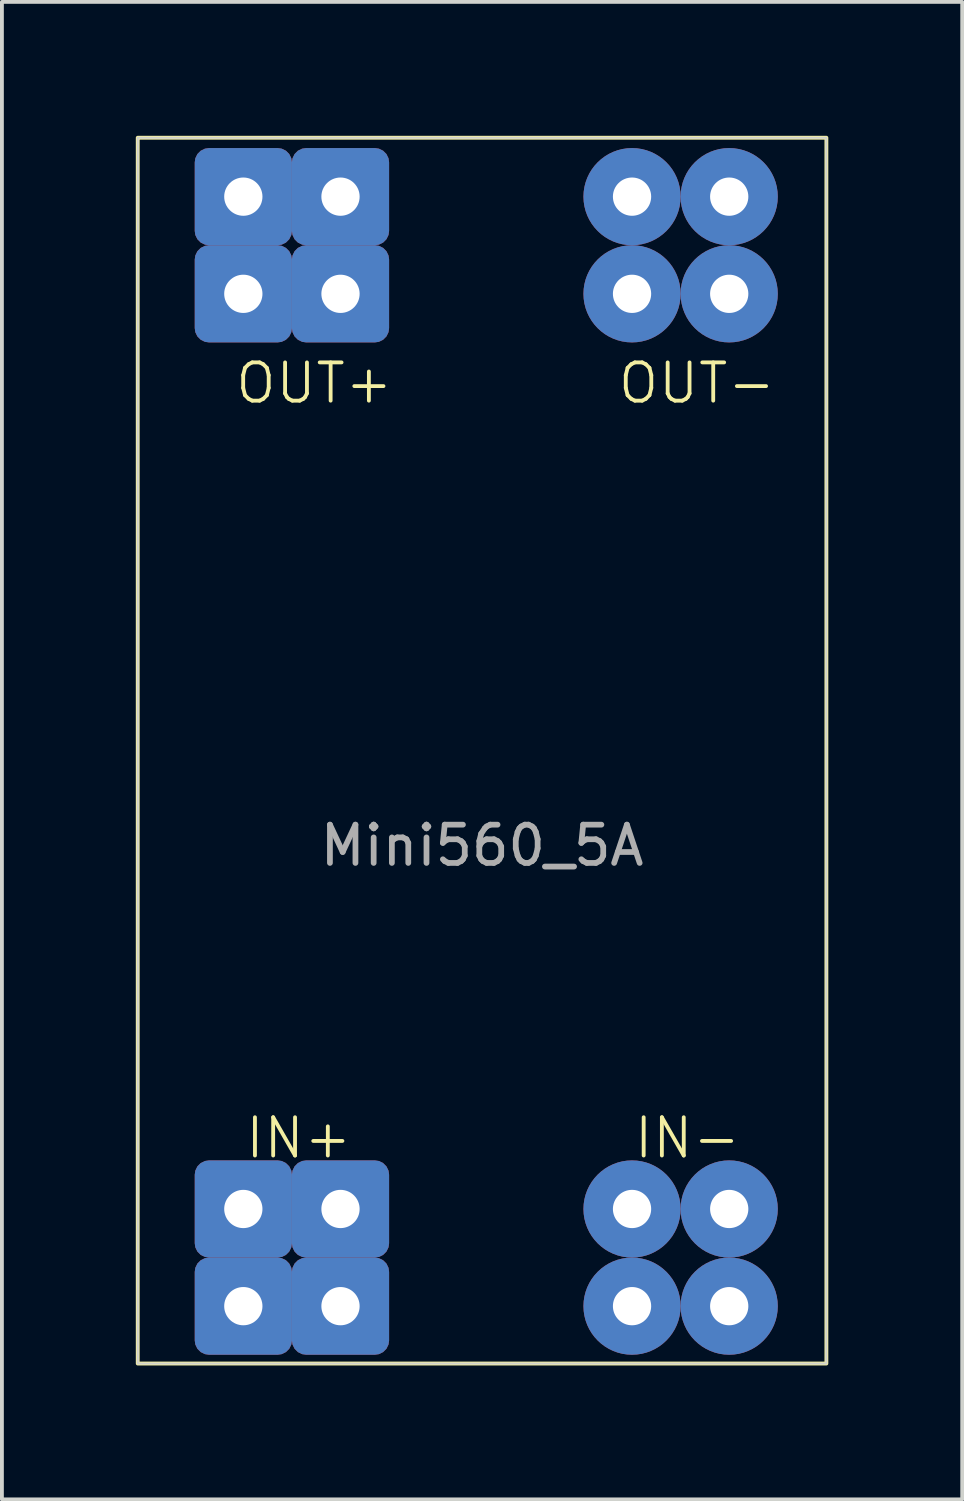
<source format=kicad_pcb>
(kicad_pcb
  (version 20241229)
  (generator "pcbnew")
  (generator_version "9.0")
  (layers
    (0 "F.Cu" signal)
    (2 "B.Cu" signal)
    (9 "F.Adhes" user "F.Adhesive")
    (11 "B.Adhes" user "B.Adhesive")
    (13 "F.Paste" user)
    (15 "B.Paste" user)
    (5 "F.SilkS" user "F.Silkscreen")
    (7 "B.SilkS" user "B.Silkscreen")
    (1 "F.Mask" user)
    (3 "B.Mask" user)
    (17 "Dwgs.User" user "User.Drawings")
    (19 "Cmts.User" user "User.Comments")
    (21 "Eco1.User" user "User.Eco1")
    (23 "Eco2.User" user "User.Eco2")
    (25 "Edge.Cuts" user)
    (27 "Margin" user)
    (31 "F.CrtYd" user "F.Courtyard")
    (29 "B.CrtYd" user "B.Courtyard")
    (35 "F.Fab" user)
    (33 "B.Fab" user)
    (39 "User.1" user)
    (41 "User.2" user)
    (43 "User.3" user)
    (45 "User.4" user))
  (footprint "Mini560_5A"
    (layer "F.Cu")
    (at 9.55 17.55)
    (property "Reference" "Mini560_5A" (at 0 -1.5 0) (unlocked yes) (layer "User.1") (effects (font (size 1 1) (thickness 0.1))))
    (attr smd)
    (fp_rect (start -9 -17) (end 9 15.04) (stroke (width 0.1) (type default)) (fill no) (layer "F.SilkS"))
    (fp_rect (start -9 -17) (end 9 15.04) (stroke (width 0.05) (type default)) (fill no) (layer "Edge.Cuts"))
    (fp_rect (start -9.5 -17.5) (end 9.5 15.54) (stroke (width 0.1) (type default)) (fill no) (layer "Margin"))
    (fp_text user "IN-" (at 3.92 9.73 0) (unlocked yes) (layer "F.SilkS") (effects (font (size 1 1) (thickness 0.1)) (justify left bottom)))
    (fp_text user "IN+" (at -6.24 9.73 0) (unlocked yes) (layer "F.SilkS") (effects (font (size 1 1) (thickness 0.1)) (justify left bottom)))
    (fp_text user "OUT-" (at 3.5 -10 0) (unlocked yes) (layer "F.SilkS") (effects (font (size 1 1) (thickness 0.1)) (justify left bottom)))
    (fp_text user "OUT+" (at -6.5 -10 0) (unlocked yes) (layer "F.SilkS") (effects (font (size 1 1) (thickness 0.1)) (justify left bottom)))
    (fp_text user "${REFERENCE}" (at 0 1.5 0) (unlocked yes) (layer "F.Fab") (effects (font (size 1 1) (thickness 0.15))))
    (pad "IN+" thru_hole roundrect (at -6.24 11) (size 2.54 2.54) (drill 1) (layers "*.Cu" "*.Mask") (roundrect_rratio 0.147))
    (pad "IN+" thru_hole roundrect (at -6.24 13.54) (size 2.54 2.54) (drill 1) (layers "*.Cu" "*.Mask") (roundrect_rratio 0.147))
    (pad "IN+" thru_hole roundrect (at -3.7 11) (size 2.54 2.54) (drill 1) (layers "*.Cu" "*.Mask") (roundrect_rratio 0.147))
    (pad "IN+" thru_hole roundrect (at -3.7 13.54) (size 2.54 2.54) (drill 1) (layers "*.Cu" "*.Mask") (roundrect_rratio 0.147))
    (pad "IN-" thru_hole oval (at 3.92 11) (size 2.54 2.54) (drill 1) (layers "*.Cu" "*.Mask"))
    (pad "IN-" thru_hole oval (at 3.92 13.54) (size 2.54 2.54) (drill 1) (layers "*.Cu" "*.Mask"))
    (pad "IN-" thru_hole oval (at 6.46 11) (size 2.54 2.54) (drill 1) (layers "*.Cu" "*.Mask"))
    (pad "IN-" thru_hole oval (at 6.46 13.54) (size 2.54 2.54) (drill 1) (layers "*.Cu" "*.Mask"))
    (pad "OUT+" thru_hole roundrect (at -6.24 -15.46) (size 2.54 2.54) (drill 1) (layers "*.Cu" "*.Mask") (roundrect_rratio 0.147))
    (pad "OUT+" thru_hole roundrect (at -6.24 -12.92) (size 2.54 2.54) (drill 1) (layers "*.Cu" "*.Mask") (roundrect_rratio 0.147))
    (pad "OUT+" thru_hole roundrect (at -3.7 -15.46) (size 2.54 2.54) (drill 1) (layers "*.Cu" "*.Mask") (roundrect_rratio 0.147))
    (pad "OUT+" thru_hole roundrect (at -3.7 -12.92) (size 2.54 2.54) (drill 1) (layers "*.Cu" "*.Mask") (roundrect_rratio 0.147))
    (pad "OUT-" thru_hole oval (at 3.92 -15.46) (size 2.54 2.54) (drill 1) (layers "*.Cu" "*.Mask"))
    (pad "OUT-" thru_hole oval (at 3.92 -12.92) (size 2.54 2.54) (drill 1) (layers "*.Cu" "*.Mask"))
    (pad "OUT-" thru_hole oval (at 6.46 -15.46) (size 2.54 2.54) (drill 1) (layers "*.Cu" "*.Mask"))
    (pad "OUT-" thru_hole oval (at 6.46 -12.92) (size 2.54 2.54) (drill 1) (layers "*.Cu" "*.Mask")))
  (gr_rect
    (start -3 -3)
    (end 22.1 36.14)
    (stroke (width 0.1) (type default))
    (fill no)
    (layer "Edge.Cuts")))
</source>
